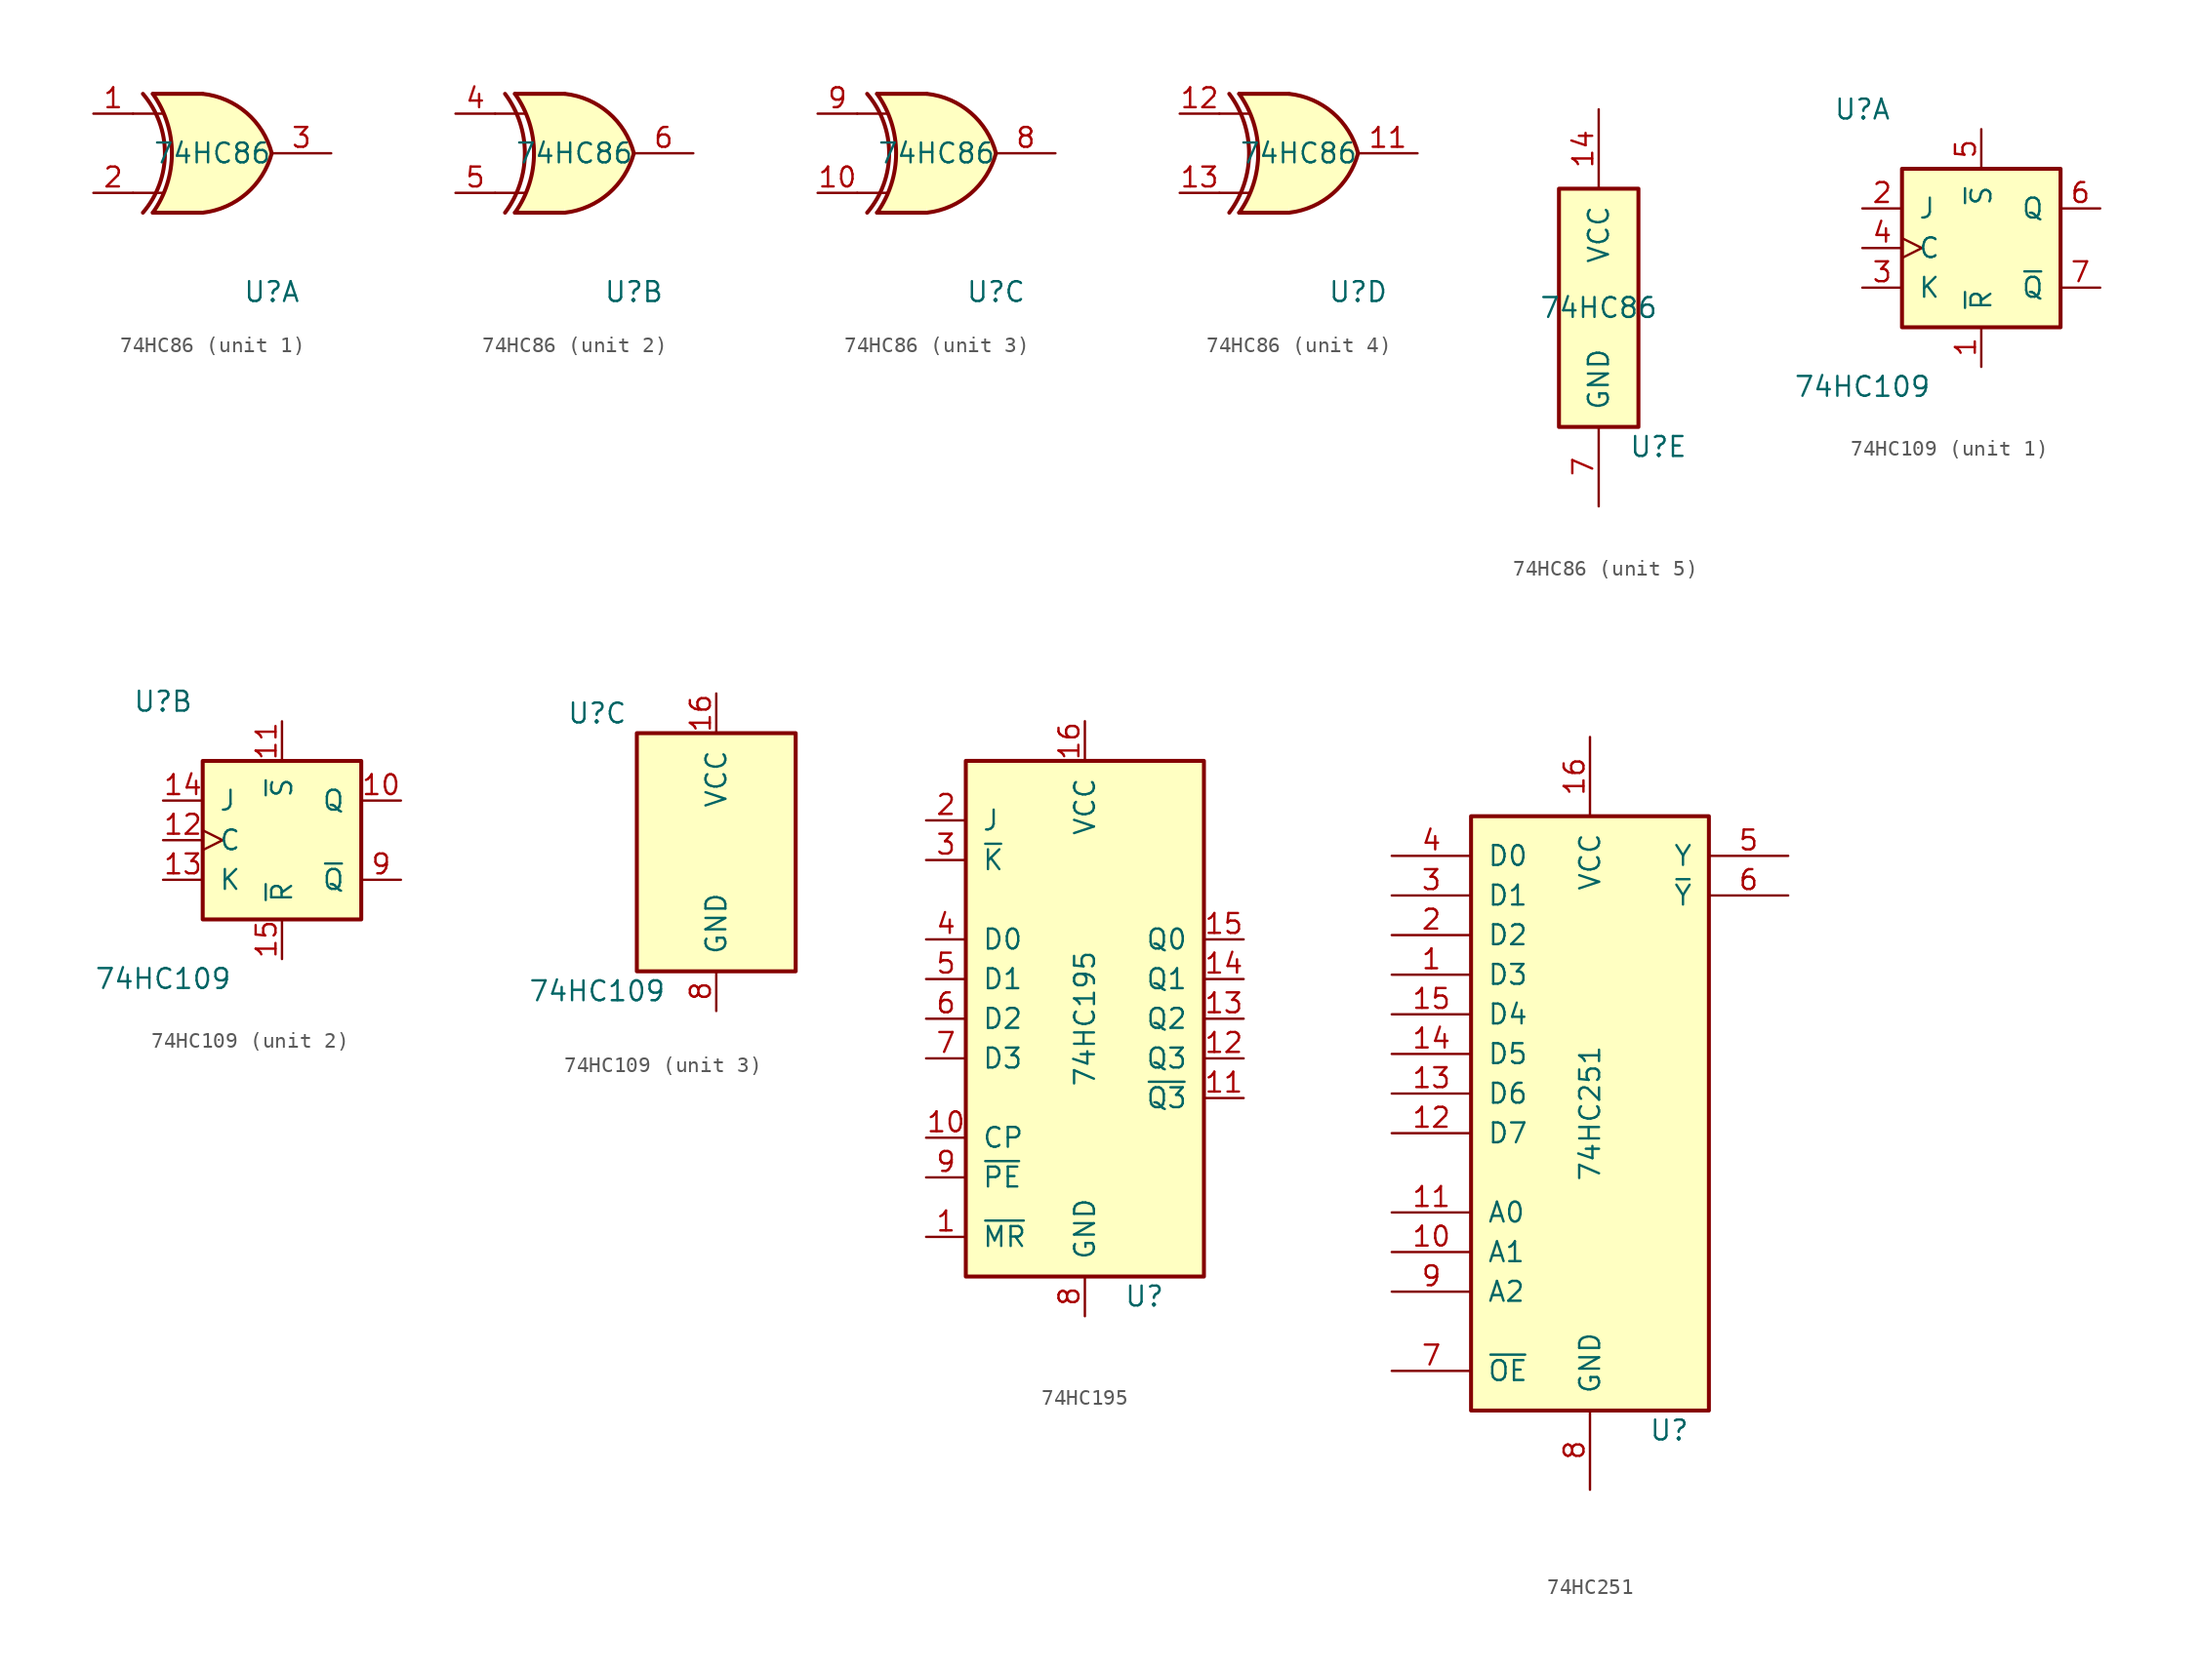
<source format=kicad_sym>
(kicad_symbol_lib
  (version 20211014)
  (generator kicad_symbol_editor)
  (symbol "74HC86"
    (pin_names
      (offset 1.016))
    (property "Reference" "U"
      (at 3.81 -8.89 0)
      (effects (font (size 1.27 1.27))))
    (property "Value" "74HC86"
      (at 0 0 0)
      (effects (font (size 1.27 1.27))))
    (property "ki_locked" ""
      (at 0 0 0)
      (effects (font (size 1.27 1.27))))
    (symbol "74HC86_1_1"
      (arc (start -4.445 -3.81) (mid -3.0356 0) (end -4.445 3.81) (stroke (width 0.254) (type default) (color 0 0 0 0)) (fill (type none)))
      (arc (start -3.81 -3.81) (mid -2.589 0) (end -3.81 3.81) (stroke (width 0.254) (type default) (color 0 0 0 0)) (fill (type none)))
      (arc (start -0.6096 -3.81) (mid 2.1855 -2.584) (end 3.81 0) (stroke (width 0.254) (type default) (color 0 0 0 0)) (fill (type background)))
      (polyline (pts (xy -5.08 -2.54) (xy -3.175 -2.54)) (stroke (width 0) (type default) (color 0 0 0 0)) (fill (type none)))
      (polyline (pts (xy -5.08 2.54) (xy -3.175 2.54)) (stroke (width 0) (type default) (color 0 0 0 0)) (fill (type none)))
      (polyline (pts (xy -3.81 -3.81) (xy -0.635 -3.81)) (stroke (width 0.254) (type default) (color 0 0 0 0)) (fill (type background)))
      (polyline (pts (xy -3.81 3.81) (xy -0.635 3.81)) (stroke (width 0.254) (type default) (color 0 0 0 0)) (fill (type background)))
      (polyline (pts (xy -0.635 3.81) (xy -3.81 3.81) (xy -3.81 3.81) (xy -3.556 3.404) (xy -3.023 2.261) (xy -2.692 1.041) (xy -2.616 -0.254) (xy -2.769 -1.499) (xy -3.175 -2.718) (xy -3.81 -3.81) (xy -3.81 -3.81) (xy -0.635 -3.81)) (stroke (width -25.4) (type default) (color 0 0 0 0)) (fill (type background)))
      (arc (start 3.81 0) (mid 2.1928 2.5925) (end -0.6096 3.81) (stroke (width 0.254) (type default) (color 0 0 0 0)) (fill (type background)))
      (pin input line (at -7.62 2.54 0) (length 2.54) (name "~" (effects (font (size 1.27 1.27)))) (number "1" (effects (font (size 1.27 1.27)))))
      (pin input line (at -7.62 -2.54 0) (length 2.54) (name "~" (effects (font (size 1.27 1.27)))) (number "2" (effects (font (size 1.27 1.27)))))
      (pin output line (at 7.62 0 180) (length 3.81) (name "~" (effects (font (size 1.27 1.27)))) (number "3" (effects (font (size 1.27 1.27))))))
    (symbol "74HC86_2_1"
      (arc (start -4.445 -3.81) (mid -3.175 0) (end -4.445 3.81) (stroke (width 0.254) (type default) (color 0 0 0 0)) (fill (type none)))
      (arc (start -3.81 -3.81) (mid -2.589 0) (end -3.81 3.81) (stroke (width 0.254) (type default) (color 0 0 0 0)) (fill (type none)))
      (arc (start -0.6096 -3.81) (mid 2.1855 -2.584) (end 3.81 0) (stroke (width 0.254) (type default) (color 0 0 0 0)) (fill (type background)))
      (polyline (pts (xy -5.08 -2.54) (xy -3.175 -2.54)) (stroke (width 0) (type default) (color 0 0 0 0)) (fill (type none)))
      (polyline (pts (xy -5.08 2.54) (xy -3.175 2.54)) (stroke (width 0) (type default) (color 0 0 0 0)) (fill (type none)))
      (polyline (pts (xy -3.81 -3.81) (xy -0.635 -3.81)) (stroke (width 0.254) (type default) (color 0 0 0 0)) (fill (type background)))
      (polyline (pts (xy -3.81 3.81) (xy -0.635 3.81)) (stroke (width 0.254) (type default) (color 0 0 0 0)) (fill (type background)))
      (polyline (pts (xy -0.635 3.81) (xy -3.81 3.81) (xy -3.81 3.81) (xy -3.556 3.404) (xy -3.023 2.261) (xy -2.692 1.041) (xy -2.616 -0.254) (xy -2.769 -1.499) (xy -3.175 -2.718) (xy -3.81 -3.81) (xy -3.81 -3.81) (xy -0.635 -3.81)) (stroke (width -25.4) (type default) (color 0 0 0 0)) (fill (type background)))
      (arc (start 3.81 0) (mid 2.1928 2.5925) (end -0.6096 3.81) (stroke (width 0.254) (type default) (color 0 0 0 0)) (fill (type background)))
      (pin input line (at -7.62 2.54 0) (length 2.54) (name "~" (effects (font (size 1.27 1.27)))) (number "4" (effects (font (size 1.27 1.27)))))
      (pin input line (at -7.62 -2.54 0) (length 2.54) (name "~" (effects (font (size 1.27 1.27)))) (number "5" (effects (font (size 1.27 1.27)))))
      (pin output line (at 7.62 0 180) (length 3.81) (name "~" (effects (font (size 1.27 1.27)))) (number "6" (effects (font (size 1.27 1.27))))))
    (symbol "74HC86_3_1"
      (arc (start -4.445 -3.81) (mid -3.0356 0) (end -4.445 3.81) (stroke (width 0.254) (type default) (color 0 0 0 0)) (fill (type none)))
      (arc (start -3.81 -3.81) (mid -2.589 0) (end -3.81 3.81) (stroke (width 0.254) (type default) (color 0 0 0 0)) (fill (type none)))
      (arc (start -0.6096 -3.81) (mid 2.1855 -2.584) (end 3.81 0) (stroke (width 0.254) (type default) (color 0 0 0 0)) (fill (type background)))
      (polyline (pts (xy -5.08 -2.54) (xy -3.175 -2.54)) (stroke (width 0) (type default) (color 0 0 0 0)) (fill (type none)))
      (polyline (pts (xy -5.08 2.54) (xy -3.175 2.54)) (stroke (width 0) (type default) (color 0 0 0 0)) (fill (type none)))
      (polyline (pts (xy -3.81 -3.81) (xy -0.635 -3.81)) (stroke (width 0.254) (type default) (color 0 0 0 0)) (fill (type background)))
      (polyline (pts (xy -3.81 3.81) (xy -0.635 3.81)) (stroke (width 0.254) (type default) (color 0 0 0 0)) (fill (type background)))
      (polyline (pts (xy -0.635 3.81) (xy -3.81 3.81) (xy -3.81 3.81) (xy -3.556 3.404) (xy -3.023 2.261) (xy -2.692 1.041) (xy -2.616 -0.254) (xy -2.769 -1.499) (xy -3.175 -2.718) (xy -3.81 -3.81) (xy -3.81 -3.81) (xy -0.635 -3.81)) (stroke (width -25.4) (type default) (color 0 0 0 0)) (fill (type background)))
      (arc (start 3.81 0) (mid 2.1928 2.5925) (end -0.6096 3.81) (stroke (width 0.254) (type default) (color 0 0 0 0)) (fill (type background)))
      (pin input line (at -7.62 -2.54 0) (length 2.54) (name "~" (effects (font (size 1.27 1.27)))) (number "10" (effects (font (size 1.27 1.27)))))
      (pin output line (at 7.62 0 180) (length 3.81) (name "~" (effects (font (size 1.27 1.27)))) (number "8" (effects (font (size 1.27 1.27)))))
      (pin input line (at -7.62 2.54 0) (length 2.54) (name "~" (effects (font (size 1.27 1.27)))) (number "9" (effects (font (size 1.27 1.27))))))
    (symbol "74HC86_4_1"
      (arc (start -4.445 -3.81) (mid -3.175 0) (end -4.445 3.81) (stroke (width 0.254) (type default) (color 0 0 0 0)) (fill (type none)))
      (arc (start -3.81 -3.81) (mid -2.589 0) (end -3.81 3.81) (stroke (width 0.254) (type default) (color 0 0 0 0)) (fill (type none)))
      (arc (start -0.6096 -3.81) (mid 2.1855 -2.584) (end 3.81 0) (stroke (width 0.254) (type default) (color 0 0 0 0)) (fill (type background)))
      (polyline (pts (xy -5.08 -2.54) (xy -3.175 -2.54)) (stroke (width 0) (type default) (color 0 0 0 0)) (fill (type none)))
      (polyline (pts (xy -5.08 2.54) (xy -3.175 2.54)) (stroke (width 0) (type default) (color 0 0 0 0)) (fill (type none)))
      (polyline (pts (xy -3.81 -3.81) (xy -0.635 -3.81)) (stroke (width 0.254) (type default) (color 0 0 0 0)) (fill (type background)))
      (polyline (pts (xy -3.81 3.81) (xy -0.635 3.81)) (stroke (width 0.254) (type default) (color 0 0 0 0)) (fill (type background)))
      (polyline (pts (xy -0.635 3.81) (xy -3.81 3.81) (xy -3.81 3.81) (xy -3.556 3.404) (xy -3.023 2.261) (xy -2.692 1.041) (xy -2.616 -0.254) (xy -2.769 -1.499) (xy -3.175 -2.718) (xy -3.81 -3.81) (xy -3.81 -3.81) (xy -0.635 -3.81)) (stroke (width -25.4) (type default) (color 0 0 0 0)) (fill (type background)))
      (arc (start 3.81 0) (mid 2.1928 2.5925) (end -0.6096 3.81) (stroke (width 0.254) (type default) (color 0 0 0 0)) (fill (type background)))
      (pin output line (at 7.62 0 180) (length 3.81) (name "~" (effects (font (size 1.27 1.27)))) (number "11" (effects (font (size 1.27 1.27)))))
      (pin input line (at -7.62 2.54 0) (length 2.54) (name "~" (effects (font (size 1.27 1.27)))) (number "12" (effects (font (size 1.27 1.27)))))
      (pin input line (at -7.62 -2.54 0) (length 2.54) (name "~" (effects (font (size 1.27 1.27)))) (number "13" (effects (font (size 1.27 1.27))))))
    (symbol "74HC86_5_0"
      (pin power_in line (at 0 12.7 270) (length 5.08) (name "VCC" (effects (font (size 1.27 1.27)))) (number "14" (effects (font (size 1.27 1.27)))))
      (pin power_in line (at 0 -12.7 90) (length 5.08) (name "GND" (effects (font (size 1.27 1.27)))) (number "7" (effects (font (size 1.27 1.27))))))
    (symbol "74HC86_5_1"
      (rectangle (start -2.54 7.62) (end 2.54 -7.62) (stroke (width 0.254) (type default) (color 0 0 0 0)) (fill (type background)))))
  (symbol "74HC109"
    (pin_names
      (offset 1.016))
    (property "Reference" "U"
      (at -7.62 8.89 0)
      (effects (font (size 1.27 1.27))))
    (property "Value" "74HC109"
      (at -7.62 -8.89 0)
      (effects (font (size 1.27 1.27))))
    (property "ki_locked" ""
      (at 0 0 0)
      (effects (font (size 1.27 1.27))))
    (symbol "74HC109_1_0"
      (pin input line (at 0 -7.62 90) (length 2.54) (name "~{R}" (effects (font (size 1.27 1.27)))) (number "1" (effects (font (size 1.27 1.27)))))
      (pin input line (at -7.62 2.54 0) (length 2.54) (name "J" (effects (font (size 1.27 1.27)))) (number "2" (effects (font (size 1.27 1.27)))))
      (pin input line (at -7.62 -2.54 0) (length 2.54) (name "K" (effects (font (size 1.27 1.27)))) (number "3" (effects (font (size 1.27 1.27)))))
      (pin input clock (at -7.62 0 0) (length 2.54) (name "C" (effects (font (size 1.27 1.27)))) (number "4" (effects (font (size 1.27 1.27)))))
      (pin input line (at 0 7.62 270) (length 2.54) (name "~{S}" (effects (font (size 1.27 1.27)))) (number "5" (effects (font (size 1.27 1.27)))))
      (pin output line (at 7.62 2.54 180) (length 2.54) (name "Q" (effects (font (size 1.27 1.27)))) (number "6" (effects (font (size 1.27 1.27)))))
      (pin output line (at 7.62 -2.54 180) (length 2.54) (name "~{Q}" (effects (font (size 1.27 1.27)))) (number "7" (effects (font (size 1.27 1.27))))))
    (symbol "74HC109_1_1"
      (rectangle (start -5.08 5.08) (end 5.08 -5.08) (stroke (width 0.254) (type default) (color 0 0 0 0)) (fill (type background))))
    (symbol "74HC109_2_0"
      (pin output line (at 7.62 2.54 180) (length 2.54) (name "Q" (effects (font (size 1.27 1.27)))) (number "10" (effects (font (size 1.27 1.27)))))
      (pin input line (at 0 7.62 270) (length 2.54) (name "~{S}" (effects (font (size 1.27 1.27)))) (number "11" (effects (font (size 1.27 1.27)))))
      (pin input clock (at -7.62 0 0) (length 2.54) (name "C" (effects (font (size 1.27 1.27)))) (number "12" (effects (font (size 1.27 1.27)))))
      (pin input line (at -7.62 -2.54 0) (length 2.54) (name "K" (effects (font (size 1.27 1.27)))) (number "13" (effects (font (size 1.27 1.27)))))
      (pin input line (at -7.62 2.54 0) (length 2.54) (name "J" (effects (font (size 1.27 1.27)))) (number "14" (effects (font (size 1.27 1.27)))))
      (pin input line (at 0 -7.62 90) (length 2.54) (name "~{R}" (effects (font (size 1.27 1.27)))) (number "15" (effects (font (size 1.27 1.27)))))
      (pin output line (at 7.62 -2.54 180) (length 2.54) (name "~{Q}" (effects (font (size 1.27 1.27)))) (number "9" (effects (font (size 1.27 1.27))))))
    (symbol "74HC109_2_1"
      (rectangle (start -5.08 5.08) (end 5.08 -5.08) (stroke (width 0.254) (type default) (color 0 0 0 0)) (fill (type background))))
    (symbol "74HC109_3_0"
      (pin power_in line (at 0 10.16 270) (length 2.54) (name "VCC" (effects (font (size 1.27 1.27)))) (number "16" (effects (font (size 1.27 1.27)))))
      (pin power_in line (at 0 -10.16 90) (length 2.54) (name "GND" (effects (font (size 1.27 1.27)))) (number "8" (effects (font (size 1.27 1.27))))))
    (symbol "74HC109_3_1"
      (rectangle (start -5.08 7.62) (end 5.08 -7.62) (stroke (width 0.254) (type default) (color 0 0 0 0)) (fill (type background)))))
  (symbol "74HC195"
    (pin_names
      (offset 1.016))
    (property "Reference" "U"
      (at 3.81 -17.78 0)
      (effects (font (size 1.27 1.27))))
    (property "Value" "74HC195"
      (at 0 0 90)
      (effects (font (size 1.27 1.27))))
    (symbol "74HC195_0_1"
      (rectangle (start -7.62 16.51) (end 7.62 -16.51) (stroke (width 0.254) (type default) (color 0 0 0 0)) (fill (type background))))
    (symbol "74HC195_1_1"
      (pin input line (at -10.16 -13.97 0) (length 2.54) (name "~{MR}" (effects (font (size 1.27 1.27)))) (number "1" (effects (font (size 1.27 1.27)))))
      (pin input line (at -10.16 -7.62 0) (length 2.54) (name "CP" (effects (font (size 1.27 1.27)))) (number "10" (effects (font (size 1.27 1.27)))))
      (pin output line (at 10.16 -5.08 180) (length 2.54) (name "~{Q3}" (effects (font (size 1.27 1.27)))) (number "11" (effects (font (size 1.27 1.27)))))
      (pin output line (at 10.16 -2.54 180) (length 2.54) (name "Q3" (effects (font (size 1.27 1.27)))) (number "12" (effects (font (size 1.27 1.27)))))
      (pin output line (at 10.16 0 180) (length 2.54) (name "Q2" (effects (font (size 1.27 1.27)))) (number "13" (effects (font (size 1.27 1.27)))))
      (pin output line (at 10.16 2.54 180) (length 2.54) (name "Q1" (effects (font (size 1.27 1.27)))) (number "14" (effects (font (size 1.27 1.27)))))
      (pin output line (at 10.16 5.08 180) (length 2.54) (name "Q0" (effects (font (size 1.27 1.27)))) (number "15" (effects (font (size 1.27 1.27)))))
      (pin power_in line (at 0 19.05 270) (length 2.54) (name "VCC" (effects (font (size 1.27 1.27)))) (number "16" (effects (font (size 1.27 1.27)))))
      (pin input line (at -10.16 12.7 0) (length 2.54) (name "J" (effects (font (size 1.27 1.27)))) (number "2" (effects (font (size 1.27 1.27)))))
      (pin input line (at -10.16 10.16 0) (length 2.54) (name "~{K}" (effects (font (size 1.27 1.27)))) (number "3" (effects (font (size 1.27 1.27)))))
      (pin input line (at -10.16 5.08 0) (length 2.54) (name "D0" (effects (font (size 1.27 1.27)))) (number "4" (effects (font (size 1.27 1.27)))))
      (pin input line (at -10.16 2.54 0) (length 2.54) (name "D1" (effects (font (size 1.27 1.27)))) (number "5" (effects (font (size 1.27 1.27)))))
      (pin input line (at -10.16 0 0) (length 2.54) (name "D2" (effects (font (size 1.27 1.27)))) (number "6" (effects (font (size 1.27 1.27)))))
      (pin input line (at -10.16 -2.54 0) (length 2.54) (name "D3" (effects (font (size 1.27 1.27)))) (number "7" (effects (font (size 1.27 1.27)))))
      (pin power_in line (at 0 -19.05 90) (length 2.54) (name "GND" (effects (font (size 1.27 1.27)))) (number "8" (effects (font (size 1.27 1.27)))))
      (pin input line (at -10.16 -10.16 0) (length 2.54) (name "~{PE}" (effects (font (size 1.27 1.27)))) (number "9" (effects (font (size 1.27 1.27)))))))
  (symbol "74HC251"
    (pin_names
      (offset 1.016))
    (property "Reference" "U"
      (at 5.08 -21.59 0)
      (effects (font (size 1.27 1.27))))
    (property "Value" "74HC251"
      (at 0 -1.27 90)
      (effects (font (size 1.27 1.27))))
    (symbol "74HC251_1_0"
      (rectangle (start -7.62 17.78) (end 7.62 -20.32) (stroke (width 0.254) (type default) (color 0 0 0 0)) (fill (type background))))
    (symbol "74HC251_1_1"
      (pin input line (at -12.7 7.62 0) (length 5.08) (name "D3" (effects (font (size 1.27 1.27)))) (number "1" (effects (font (size 1.27 1.27)))))
      (pin input line (at -12.7 -10.16 0) (length 5.08) (name "A1" (effects (font (size 1.27 1.27)))) (number "10" (effects (font (size 1.27 1.27)))))
      (pin input line (at -12.7 -7.62 0) (length 5.08) (name "A0" (effects (font (size 1.27 1.27)))) (number "11" (effects (font (size 1.27 1.27)))))
      (pin input line (at -12.7 -2.54 0) (length 5.08) (name "D7" (effects (font (size 1.27 1.27)))) (number "12" (effects (font (size 1.27 1.27)))))
      (pin input line (at -12.7 0 0) (length 5.08) (name "D6" (effects (font (size 1.27 1.27)))) (number "13" (effects (font (size 1.27 1.27)))))
      (pin input line (at -12.7 2.54 0) (length 5.08) (name "D5" (effects (font (size 1.27 1.27)))) (number "14" (effects (font (size 1.27 1.27)))))
      (pin input line (at -12.7 5.08 0) (length 5.08) (name "D4" (effects (font (size 1.27 1.27)))) (number "15" (effects (font (size 1.27 1.27)))))
      (pin power_in line (at 0 22.86 270) (length 5.08) (name "VCC" (effects (font (size 1.27 1.27)))) (number "16" (effects (font (size 1.27 1.27)))))
      (pin input line (at -12.7 10.16 0) (length 5.08) (name "D2" (effects (font (size 1.27 1.27)))) (number "2" (effects (font (size 1.27 1.27)))))
      (pin input line (at -12.7 12.7 0) (length 5.08) (name "D1" (effects (font (size 1.27 1.27)))) (number "3" (effects (font (size 1.27 1.27)))))
      (pin input line (at -12.7 15.24 0) (length 5.08) (name "D0" (effects (font (size 1.27 1.27)))) (number "4" (effects (font (size 1.27 1.27)))))
      (pin output line (at 12.7 15.24 180) (length 5.08) (name "Y" (effects (font (size 1.27 1.27)))) (number "5" (effects (font (size 1.27 1.27)))))
      (pin output line (at 12.7 12.7 180) (length 5.08) (name "~{Y}" (effects (font (size 1.27 1.27)))) (number "6" (effects (font (size 1.27 1.27)))))
      (pin input line (at -12.7 -17.78 0) (length 5.08) (name "~{OE}" (effects (font (size 1.27 1.27)))) (number "7" (effects (font (size 1.27 1.27)))))
      (pin power_in line (at 0 -25.4 90) (length 5.08) (name "GND" (effects (font (size 1.27 1.27)))) (number "8" (effects (font (size 1.27 1.27)))))
      (pin input line (at -12.7 -12.7 0) (length 5.08) (name "A2" (effects (font (size 1.27 1.27)))) (number "9" (effects (font (size 1.27 1.27))))))))
</source>
